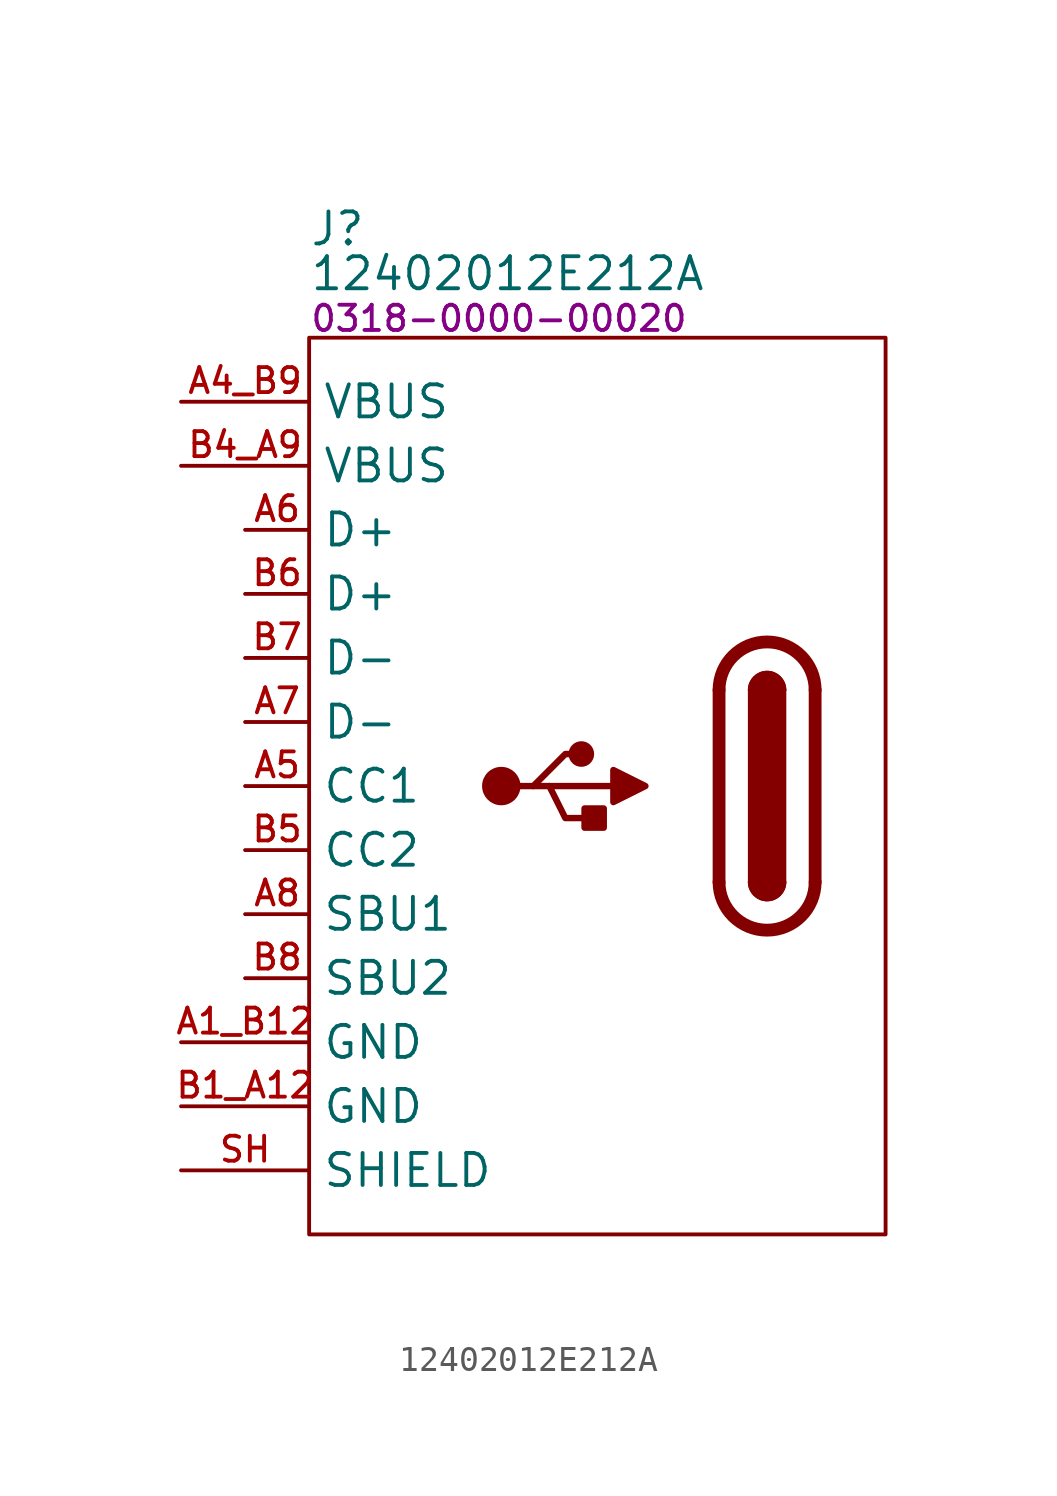
<source format=kicad_sym>
(kicad_symbol_lib
  (version 20231120)
  (generator "kicad_symbol_editor")
  (generator_version "8.0")
  (symbol "12402012E212A"
    (property "Reference" "J"
      (at 0 4.318 0)
      (effects (font (size 1.27 1.27)) (justify left)))
    (property "Value" "12402012E212A"
      (at 0 2.54 0)
      (effects (font (size 1.27 1.27)) (justify left)))
    (property "PartNumber" "0318-0000-00020"
      (at 0 0.762 0)
      (effects (font (size 1 1)) (justify left)))
    (symbol "12402012E212A_0_0"
      (pin bidirectional line (at -2.54 -17.78 0) (length 2.54) (name "CC1" (effects (font (size 1.27 1.27)))) (number "A5" (effects (font (size 0.991 0.991)))))
      (pin bidirectional line (at -2.54 -7.62 0) (length 2.54) (name "D+" (effects (font (size 1.27 1.27)))) (number "A6" (effects (font (size 0.991 0.991)))))
      (pin bidirectional line (at -2.54 -15.24 0) (length 2.54) (name "D-" (effects (font (size 1.27 1.27)))) (number "A7" (effects (font (size 0.991 0.991)))))
      (pin bidirectional line (at -2.54 -22.86 0) (length 2.54) (name "SBU1" (effects (font (size 1.27 1.27)))) (number "A8" (effects (font (size 0.991 0.991)))))
      (pin bidirectional line (at -2.54 -10.16 0) (length 2.54) (name "D+" (effects (font (size 1.27 1.27)))) (number "B6" (effects (font (size 0.991 0.991)))))
      (pin bidirectional line (at -2.54 -12.7 0) (length 2.54) (name "D-" (effects (font (size 1.27 1.27)))) (number "B7" (effects (font (size 0.991 0.991)))))
      (pin bidirectional line (at -2.54 -25.4 0) (length 2.54) (name "SBU2" (effects (font (size 1.27 1.27)))) (number "B8" (effects (font (size 0.991 0.991)))))
      (pin passive line (at -5.08 -33.02 0) (length 5.08) (name "SHIELD" (effects (font (size 1.27 1.27)))) (number "SH" (effects (font (size 0.991 0.991))))))
    (symbol "12402012E212A_0_1"
      (polyline (pts (xy 9.525 -17.78) (xy 12.065 -17.78)) (stroke (width 0.254) (type default)) (fill (type none)))
      (polyline (pts (xy 16.256 -21.59) (xy 16.256 -13.97)) (stroke (width 0.508) (type default)) (fill (type none)))
      (polyline (pts (xy 20.066 -13.97) (xy 20.066 -21.59)) (stroke (width 0.508) (type default)) (fill (type none)))
      (polyline (pts (xy 8.255 -17.78) (xy 8.89 -17.78) (xy 10.16 -16.51) (xy 10.795 -16.51)) (stroke (width 0.254) (type default)) (fill (type none)))
      (polyline (pts (xy 8.89 -17.78) (xy 9.525 -17.78) (xy 10.16 -19.05) (xy 11.43 -19.05)) (stroke (width 0.254) (type default)) (fill (type none)))
      (polyline (pts (xy 12.065 -17.145) (xy 12.065 -18.415) (xy 13.335 -17.78) (xy 12.065 -17.145)) (stroke (width 0.254) (type default)) (fill (type outline)))
      (rectangle (start 0 0) (end 22.86 -35.56) (stroke (width 0) (type default)) (fill (type none)))
      (circle (center 7.62 -17.78) (radius 0.635) (stroke (width 0.254) (type default)) (fill (type outline)))
      (circle (center 10.795 -16.51) (radius 0.381) (stroke (width 0.254) (type default)) (fill (type outline)))
      (rectangle (start 11.684 -18.669) (end 10.922 -19.431) (stroke (width 0.254) (type default)) (fill (type outline)))
      (arc (start 16.256 -21.59) (mid 18.161 -23.4867) (end 20.066 -21.59) (stroke (width 0.508) (type default)) (fill (type none)))
      (arc (start 17.526 -21.59) (mid 18.161 -22.2223) (end 18.796 -21.59) (stroke (width 0.254) (type default)) (fill (type none)))
      (arc (start 17.526 -21.59) (mid 18.161 -22.2223) (end 18.796 -21.59) (stroke (width 0.254) (type default)) (fill (type outline)))
      (rectangle (start 17.526 -13.97) (end 18.796 -21.59) (stroke (width 0.254) (type default)) (fill (type outline)))
      (arc (start 18.796 -13.97) (mid 18.161 -13.3377) (end 17.526 -13.97) (stroke (width 0.254) (type default)) (fill (type none)))
      (arc (start 18.796 -13.97) (mid 18.161 -13.3377) (end 17.526 -13.97) (stroke (width 0.254) (type default)) (fill (type outline)))
      (arc (start 20.066 -13.97) (mid 18.161 -12.0733) (end 16.256 -13.97) (stroke (width 0.508) (type default)) (fill (type none))))
    (symbol "12402012E212A_1_0"
      (pin power_in line (at -5.08 -27.94 0) (length 5.08) (name "GND" (effects (font (size 1.27 1.27)))) (number "A1_B12" (effects (font (size 0.991 0.991)))))
      (pin power_in line (at -5.08 -2.54 0) (length 5.08) (name "VBUS" (effects (font (size 1.27 1.27)))) (number "A4_B9" (effects (font (size 0.991 0.991)))))
      (pin power_in line (at -5.08 -30.48 0) (length 5.08) (name "GND" (effects (font (size 1.27 1.27)))) (number "B1_A12" (effects (font (size 0.991 0.991)))))
      (pin bidirectional line (at -5.08 -5.08 0) (length 5.08) (name "VBUS" (effects (font (size 1.27 1.27)))) (number "B4_A9" (effects (font (size 0.991 0.991)))))
      (pin bidirectional line (at -2.54 -20.32 0) (length 2.54) (name "CC2" (effects (font (size 1.27 1.27)))) (number "B5" (effects (font (size 0.991 0.991))))))))
</source>
